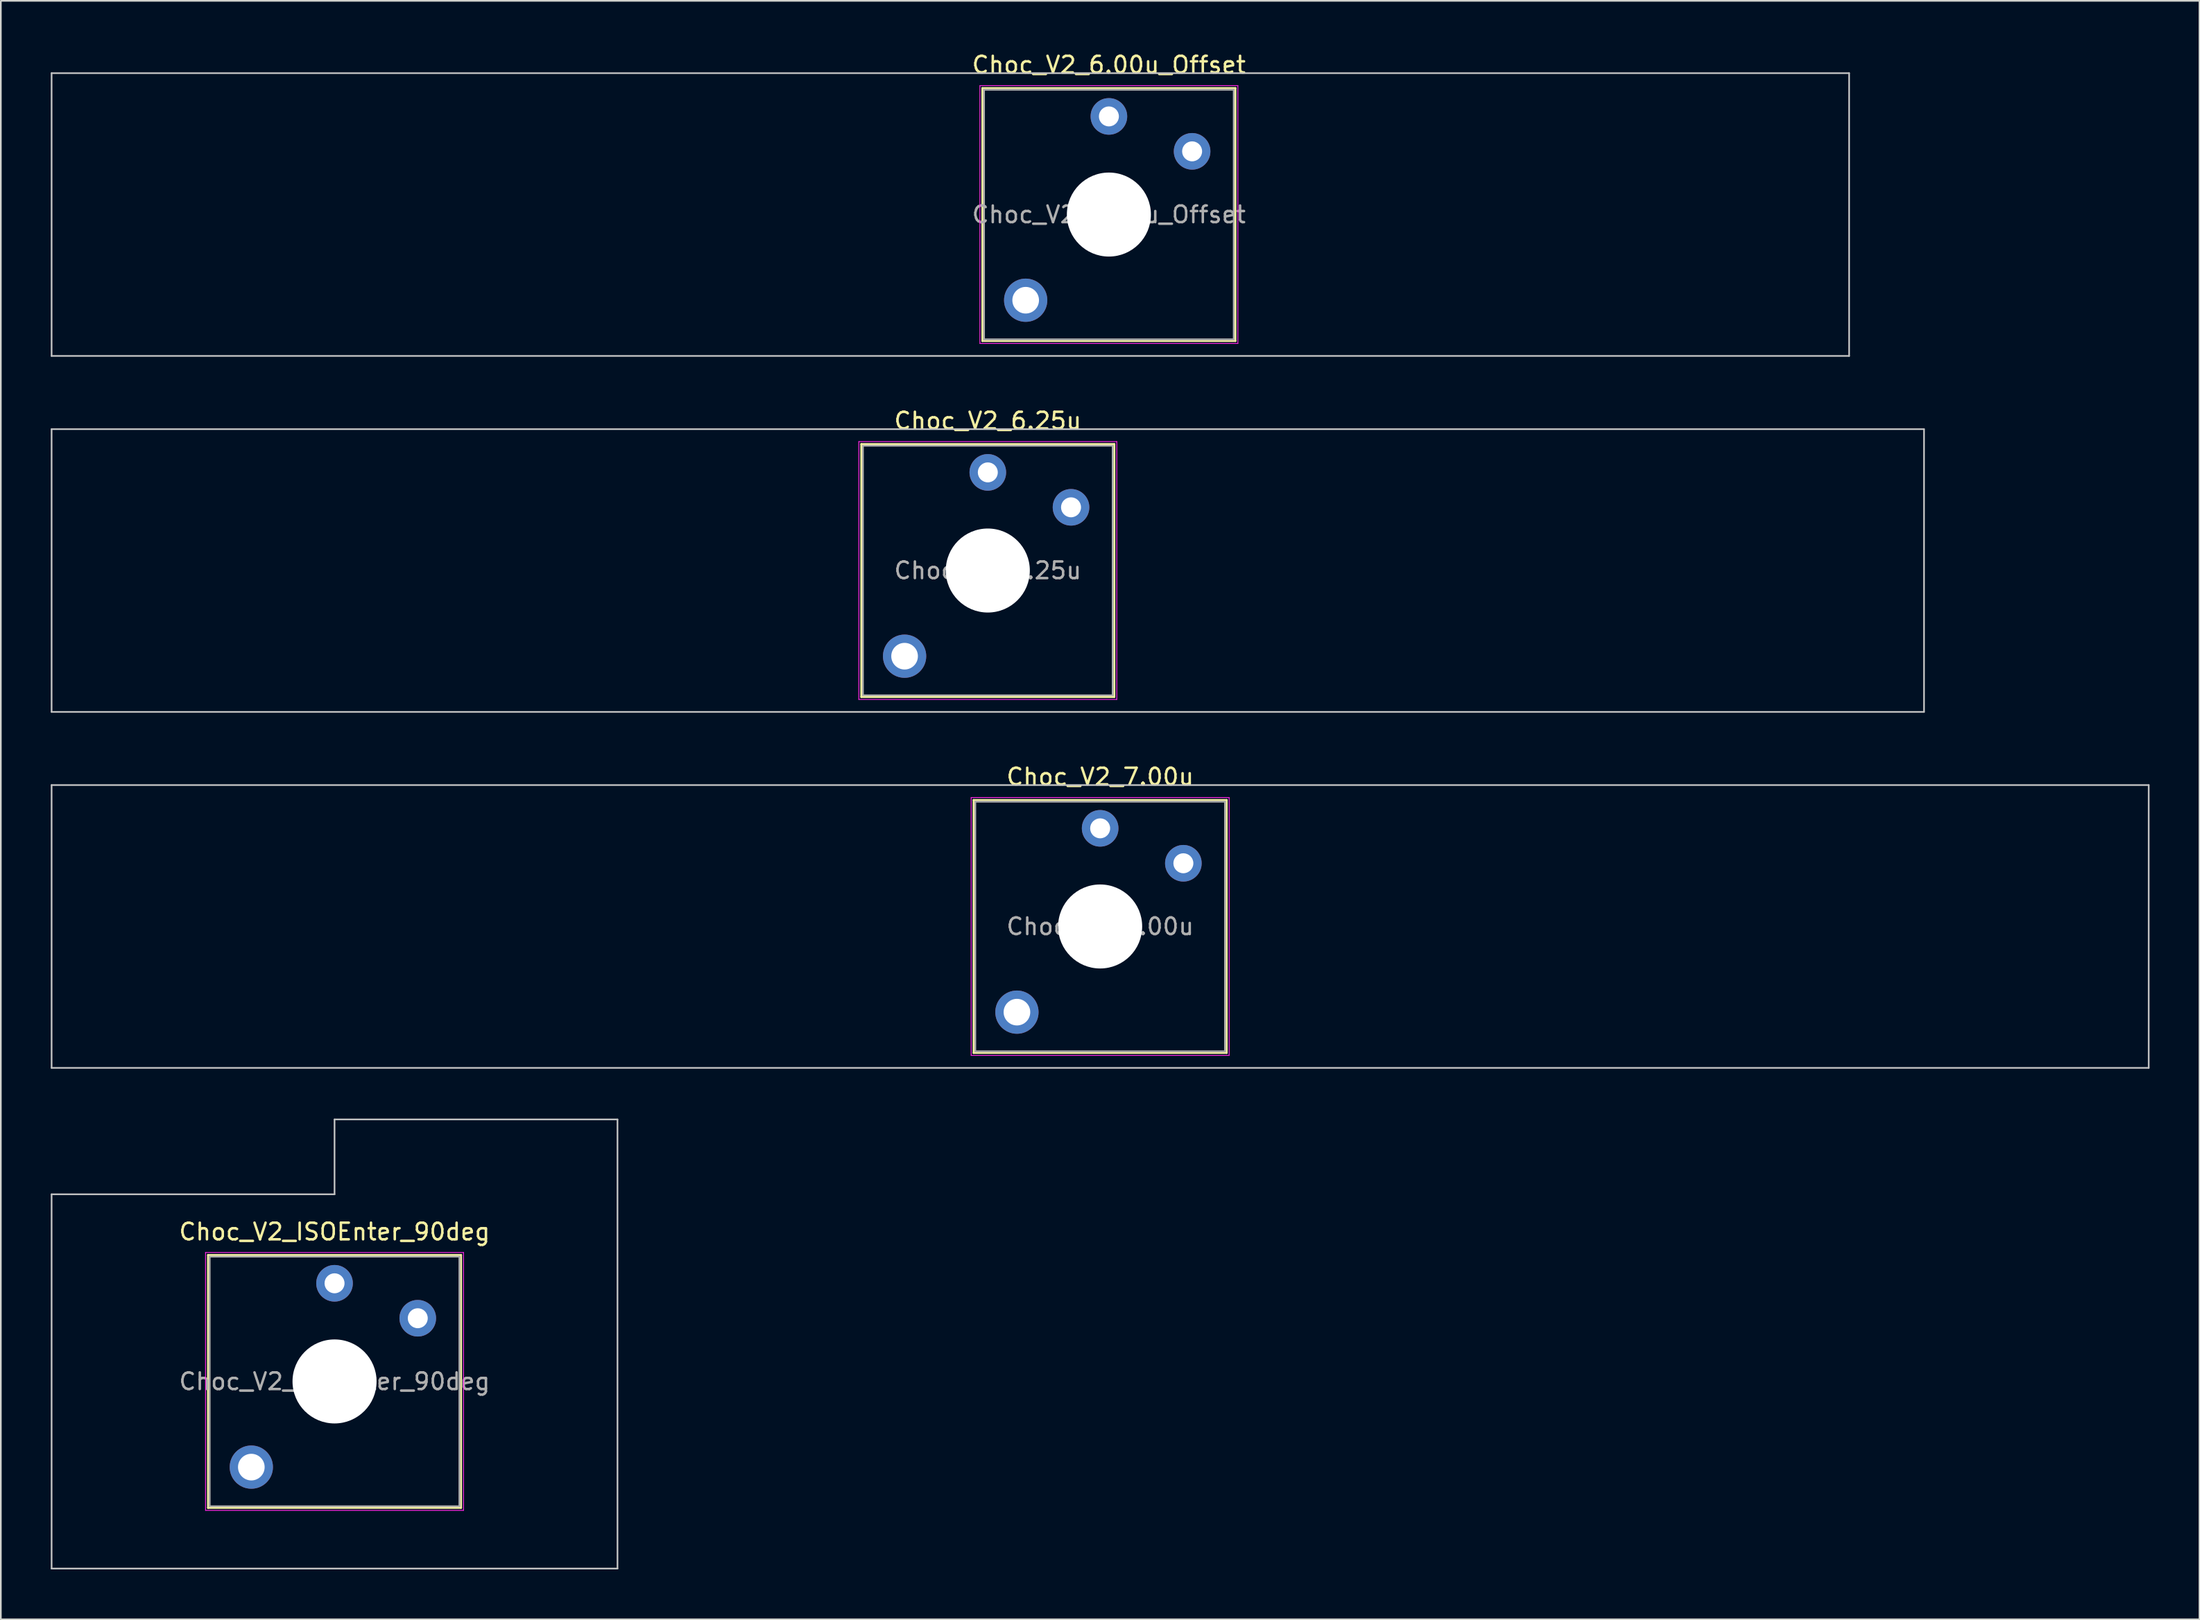
<source format=kicad_pcb>
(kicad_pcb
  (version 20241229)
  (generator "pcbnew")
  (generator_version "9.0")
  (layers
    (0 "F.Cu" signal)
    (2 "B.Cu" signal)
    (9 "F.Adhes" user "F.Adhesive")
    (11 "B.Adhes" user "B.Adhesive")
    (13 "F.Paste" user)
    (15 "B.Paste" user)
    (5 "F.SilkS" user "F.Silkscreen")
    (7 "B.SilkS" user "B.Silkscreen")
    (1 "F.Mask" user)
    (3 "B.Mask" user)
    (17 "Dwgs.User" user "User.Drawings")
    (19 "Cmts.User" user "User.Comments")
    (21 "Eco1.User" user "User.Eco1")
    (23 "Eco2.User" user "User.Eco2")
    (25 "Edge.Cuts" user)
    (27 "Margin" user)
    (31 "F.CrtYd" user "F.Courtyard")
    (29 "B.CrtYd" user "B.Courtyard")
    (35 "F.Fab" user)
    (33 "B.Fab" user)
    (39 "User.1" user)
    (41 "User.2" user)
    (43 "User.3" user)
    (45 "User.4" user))
  (footprint "Choc_V2_ISOEnter_90deg"
    (layer "F.Cu")
    (at 17.05 79.995)
    (property "Reference" "Choc_V2_ISOEnter_90deg" (at 0 -9 0) (layer "F.SilkS") (effects (font (size 1 1) (thickness 0.15))))
    (attr through_hole)
    (fp_line (start -7.6 -7.6) (end -7.6 7.6) (stroke (width 0.12) (type solid)) (layer "F.SilkS"))
    (fp_line (start -7.6 7.6) (end 7.6 7.6) (stroke (width 0.12) (type solid)) (layer "F.SilkS"))
    (fp_line (start 7.6 -7.6) (end -7.6 -7.6) (stroke (width 0.12) (type solid)) (layer "F.SilkS"))
    (fp_line (start 7.6 7.6) (end 7.6 -7.6) (stroke (width 0.12) (type solid)) (layer "F.SilkS"))
    (fp_line (start -17 -11.25) (end -17 11.25) (stroke (width 0.1) (type solid)) (layer "Dwgs.User"))
    (fp_line (start -17 11.25) (end 17 11.25) (stroke (width 0.1) (type solid)) (layer "Dwgs.User"))
    (fp_line (start 0 -15.75) (end 0 -11.25) (stroke (width 0.1) (type solid)) (layer "Dwgs.User"))
    (fp_line (start 0 -11.25) (end -17 -11.25) (stroke (width 0.1) (type solid)) (layer "Dwgs.User"))
    (fp_line (start 17 -15.75) (end 0 -15.75) (stroke (width 0.1) (type solid)) (layer "Dwgs.User"))
    (fp_line (start 17 11.25) (end 17 -15.75) (stroke (width 0.1) (type solid)) (layer "Dwgs.User"))
    (fp_line (start -7.25 -7.25) (end -7.25 7.25) (stroke (width 0.1) (type solid)) (layer "Eco1.User"))
    (fp_line (start -7.25 7.25) (end 7.25 7.25) (stroke (width 0.1) (type solid)) (layer "Eco1.User"))
    (fp_line (start 7.25 -7.25) (end -7.25 -7.25) (stroke (width 0.1) (type solid)) (layer "Eco1.User"))
    (fp_line (start 7.25 7.25) (end 7.25 -7.25) (stroke (width 0.1) (type solid)) (layer "Eco1.User"))
    (fp_line (start -7.75 -7.75) (end -7.75 7.75) (stroke (width 0.05) (type solid)) (layer "F.CrtYd"))
    (fp_line (start -7.75 7.75) (end 7.75 7.75) (stroke (width 0.05) (type solid)) (layer "F.CrtYd"))
    (fp_line (start 7.75 -7.75) (end -7.75 -7.75) (stroke (width 0.05) (type solid)) (layer "F.CrtYd"))
    (fp_line (start 7.75 7.75) (end 7.75 -7.75) (stroke (width 0.05) (type solid)) (layer "F.CrtYd"))
    (fp_line (start -7.5 -7.5) (end -7.5 7.5) (stroke (width 0.1) (type solid)) (layer "F.Fab"))
    (fp_line (start -7.5 7.5) (end 7.5 7.5) (stroke (width 0.1) (type solid)) (layer "F.Fab"))
    (fp_line (start 7.5 -7.5) (end -7.5 -7.5) (stroke (width 0.1) (type solid)) (layer "F.Fab"))
    (fp_line (start 7.5 7.5) (end 7.5 -7.5) (stroke (width 0.1) (type solid)) (layer "F.Fab"))
    (fp_text user "${REFERENCE}" (at 0 0 0) (layer "F.Fab") (effects (font (size 1 1) (thickness 0.15))))
    (pad "" thru_hole circle (at -5 5.15) (size 2.6 2.6) (drill 1.6) (layers "*.Cu" "*.Mask"))
    (pad "" np_thru_hole circle (at 0 0) (size 5.05 5.05) (drill 5.05) (layers "*.Cu" "*.Mask"))
    (pad "1" thru_hole circle (at 0 -5.9) (size 2.2 2.2) (drill 1.2) (layers "*.Cu" "*.Mask"))
    (pad "2" thru_hole circle (at 5 -3.8) (size 2.2 2.2) (drill 1.2) (layers "*.Cu" "*.Mask")))
  (footprint "Choc_V2_6.25u"
    (layer "F.Cu")
    (at 56.3 31.247)
    (property "Reference" "Choc_V2_6.25u" (at 0 -9 0) (layer "F.SilkS") (effects (font (size 1 1) (thickness 0.15))))
    (attr through_hole)
    (fp_line (start -7.6 -7.6) (end -7.6 7.6) (stroke (width 0.12) (type solid)) (layer "F.SilkS"))
    (fp_line (start -7.6 7.6) (end 7.6 7.6) (stroke (width 0.12) (type solid)) (layer "F.SilkS"))
    (fp_line (start 7.6 -7.6) (end -7.6 -7.6) (stroke (width 0.12) (type solid)) (layer "F.SilkS"))
    (fp_line (start 7.6 7.6) (end 7.6 -7.6) (stroke (width 0.12) (type solid)) (layer "F.SilkS"))
    (fp_line (start -56.25 -8.5) (end -56.25 8.5) (stroke (width 0.1) (type solid)) (layer "Dwgs.User"))
    (fp_line (start -56.25 8.5) (end 56.25 8.5) (stroke (width 0.1) (type solid)) (layer "Dwgs.User"))
    (fp_line (start 56.25 -8.5) (end -56.25 -8.5) (stroke (width 0.1) (type solid)) (layer "Dwgs.User"))
    (fp_line (start 56.25 8.5) (end 56.25 -8.5) (stroke (width 0.1) (type solid)) (layer "Dwgs.User"))
    (fp_line (start -7.25 -7.25) (end -7.25 7.25) (stroke (width 0.1) (type solid)) (layer "Eco1.User"))
    (fp_line (start -7.25 7.25) (end 7.25 7.25) (stroke (width 0.1) (type solid)) (layer "Eco1.User"))
    (fp_line (start 7.25 -7.25) (end -7.25 -7.25) (stroke (width 0.1) (type solid)) (layer "Eco1.User"))
    (fp_line (start 7.25 7.25) (end 7.25 -7.25) (stroke (width 0.1) (type solid)) (layer "Eco1.User"))
    (fp_line (start -7.75 -7.75) (end -7.75 7.75) (stroke (width 0.05) (type solid)) (layer "F.CrtYd"))
    (fp_line (start -7.75 7.75) (end 7.75 7.75) (stroke (width 0.05) (type solid)) (layer "F.CrtYd"))
    (fp_line (start 7.75 -7.75) (end -7.75 -7.75) (stroke (width 0.05) (type solid)) (layer "F.CrtYd"))
    (fp_line (start 7.75 7.75) (end 7.75 -7.75) (stroke (width 0.05) (type solid)) (layer "F.CrtYd"))
    (fp_line (start -7.5 -7.5) (end -7.5 7.5) (stroke (width 0.1) (type solid)) (layer "F.Fab"))
    (fp_line (start -7.5 7.5) (end 7.5 7.5) (stroke (width 0.1) (type solid)) (layer "F.Fab"))
    (fp_line (start 7.5 -7.5) (end -7.5 -7.5) (stroke (width 0.1) (type solid)) (layer "F.Fab"))
    (fp_line (start 7.5 7.5) (end 7.5 -7.5) (stroke (width 0.1) (type solid)) (layer "F.Fab"))
    (fp_text user "${REFERENCE}" (at 0 0 0) (layer "F.Fab") (effects (font (size 1 1) (thickness 0.15))))
    (pad "" thru_hole circle (at -5 5.15) (size 2.6 2.6) (drill 1.6) (layers "*.Cu" "*.Mask"))
    (pad "" np_thru_hole circle (at 0 0) (size 5.05 5.05) (drill 5.05) (layers "*.Cu" "*.Mask"))
    (pad "1" thru_hole circle (at 0 -5.9) (size 2.2 2.2) (drill 1.2) (layers "*.Cu" "*.Mask"))
    (pad "2" thru_hole circle (at 5 -3.8) (size 2.2 2.2) (drill 1.2) (layers "*.Cu" "*.Mask")))
  (footprint "Choc_V2_6.00u_Offset"
    (layer "F.Cu")
    (at 63.575 9.848)
    (property "Reference" "Choc_V2_6.00u_Offset" (at 0 -9 0) (layer "F.SilkS") (effects (font (size 1 1) (thickness 0.15))))
    (attr through_hole)
    (fp_line (start -7.6 -7.6) (end -7.6 7.6) (stroke (width 0.12) (type solid)) (layer "F.SilkS"))
    (fp_line (start -7.6 7.6) (end 7.6 7.6) (stroke (width 0.12) (type solid)) (layer "F.SilkS"))
    (fp_line (start 7.6 -7.6) (end -7.6 -7.6) (stroke (width 0.12) (type solid)) (layer "F.SilkS"))
    (fp_line (start 7.6 7.6) (end 7.6 -7.6) (stroke (width 0.12) (type solid)) (layer "F.SilkS"))
    (fp_line (start -63.525 -8.5) (end -63.525 8.5) (stroke (width 0.1) (type solid)) (layer "Dwgs.User"))
    (fp_line (start -63.525 8.5) (end 44.475 8.5) (stroke (width 0.1) (type solid)) (layer "Dwgs.User"))
    (fp_line (start 44.475 -8.5) (end -63.525 -8.5) (stroke (width 0.1) (type solid)) (layer "Dwgs.User"))
    (fp_line (start 44.475 8.5) (end 44.475 -8.5) (stroke (width 0.1) (type solid)) (layer "Dwgs.User"))
    (fp_line (start -7.25 -7.25) (end -7.25 7.25) (stroke (width 0.1) (type solid)) (layer "Eco1.User"))
    (fp_line (start -7.25 7.25) (end 7.25 7.25) (stroke (width 0.1) (type solid)) (layer "Eco1.User"))
    (fp_line (start 7.25 -7.25) (end -7.25 -7.25) (stroke (width 0.1) (type solid)) (layer "Eco1.User"))
    (fp_line (start 7.25 7.25) (end 7.25 -7.25) (stroke (width 0.1) (type solid)) (layer "Eco1.User"))
    (fp_line (start -7.75 -7.75) (end -7.75 7.75) (stroke (width 0.05) (type solid)) (layer "F.CrtYd"))
    (fp_line (start -7.75 7.75) (end 7.75 7.75) (stroke (width 0.05) (type solid)) (layer "F.CrtYd"))
    (fp_line (start 7.75 -7.75) (end -7.75 -7.75) (stroke (width 0.05) (type solid)) (layer "F.CrtYd"))
    (fp_line (start 7.75 7.75) (end 7.75 -7.75) (stroke (width 0.05) (type solid)) (layer "F.CrtYd"))
    (fp_line (start -7.5 -7.5) (end -7.5 7.5) (stroke (width 0.1) (type solid)) (layer "F.Fab"))
    (fp_line (start -7.5 7.5) (end 7.5 7.5) (stroke (width 0.1) (type solid)) (layer "F.Fab"))
    (fp_line (start 7.5 -7.5) (end -7.5 -7.5) (stroke (width 0.1) (type solid)) (layer "F.Fab"))
    (fp_line (start 7.5 7.5) (end 7.5 -7.5) (stroke (width 0.1) (type solid)) (layer "F.Fab"))
    (fp_text user "${REFERENCE}" (at 0 0 0) (layer "F.Fab") (effects (font (size 1 1) (thickness 0.15))))
    (pad "" thru_hole circle (at -5 5.15) (size 2.6 2.6) (drill 1.6) (layers "*.Cu" "*.Mask"))
    (pad "" np_thru_hole circle (at 0 0) (size 5.05 5.05) (drill 5.05) (layers "*.Cu" "*.Mask"))
    (pad "1" thru_hole circle (at 0 -5.9) (size 2.2 2.2) (drill 1.2) (layers "*.Cu" "*.Mask"))
    (pad "2" thru_hole circle (at 5 -3.8) (size 2.2 2.2) (drill 1.2) (layers "*.Cu" "*.Mask")))
  (footprint "Choc_V2_7.00u"
    (layer "F.Cu")
    (at 63.05 52.645)
    (property "Reference" "Choc_V2_7.00u" (at 0 -9 0) (layer "F.SilkS") (effects (font (size 1 1) (thickness 0.15))))
    (attr through_hole)
    (fp_line (start -7.6 -7.6) (end -7.6 7.6) (stroke (width 0.12) (type solid)) (layer "F.SilkS"))
    (fp_line (start -7.6 7.6) (end 7.6 7.6) (stroke (width 0.12) (type solid)) (layer "F.SilkS"))
    (fp_line (start 7.6 -7.6) (end -7.6 -7.6) (stroke (width 0.12) (type solid)) (layer "F.SilkS"))
    (fp_line (start 7.6 7.6) (end 7.6 -7.6) (stroke (width 0.12) (type solid)) (layer "F.SilkS"))
    (fp_line (start -63 -8.5) (end -63 8.5) (stroke (width 0.1) (type solid)) (layer "Dwgs.User"))
    (fp_line (start -63 8.5) (end 63 8.5) (stroke (width 0.1) (type solid)) (layer "Dwgs.User"))
    (fp_line (start 63 -8.5) (end -63 -8.5) (stroke (width 0.1) (type solid)) (layer "Dwgs.User"))
    (fp_line (start 63 8.5) (end 63 -8.5) (stroke (width 0.1) (type solid)) (layer "Dwgs.User"))
    (fp_line (start -7.25 -7.25) (end -7.25 7.25) (stroke (width 0.1) (type solid)) (layer "Eco1.User"))
    (fp_line (start -7.25 7.25) (end 7.25 7.25) (stroke (width 0.1) (type solid)) (layer "Eco1.User"))
    (fp_line (start 7.25 -7.25) (end -7.25 -7.25) (stroke (width 0.1) (type solid)) (layer "Eco1.User"))
    (fp_line (start 7.25 7.25) (end 7.25 -7.25) (stroke (width 0.1) (type solid)) (layer "Eco1.User"))
    (fp_line (start -7.75 -7.75) (end -7.75 7.75) (stroke (width 0.05) (type solid)) (layer "F.CrtYd"))
    (fp_line (start -7.75 7.75) (end 7.75 7.75) (stroke (width 0.05) (type solid)) (layer "F.CrtYd"))
    (fp_line (start 7.75 -7.75) (end -7.75 -7.75) (stroke (width 0.05) (type solid)) (layer "F.CrtYd"))
    (fp_line (start 7.75 7.75) (end 7.75 -7.75) (stroke (width 0.05) (type solid)) (layer "F.CrtYd"))
    (fp_line (start -7.5 -7.5) (end -7.5 7.5) (stroke (width 0.1) (type solid)) (layer "F.Fab"))
    (fp_line (start -7.5 7.5) (end 7.5 7.5) (stroke (width 0.1) (type solid)) (layer "F.Fab"))
    (fp_line (start 7.5 -7.5) (end -7.5 -7.5) (stroke (width 0.1) (type solid)) (layer "F.Fab"))
    (fp_line (start 7.5 7.5) (end 7.5 -7.5) (stroke (width 0.1) (type solid)) (layer "F.Fab"))
    (fp_text user "${REFERENCE}" (at 0 0 0) (layer "F.Fab") (effects (font (size 1 1) (thickness 0.15))))
    (pad "" thru_hole circle (at -5 5.15) (size 2.6 2.6) (drill 1.6) (layers "*.Cu" "*.Mask"))
    (pad "" np_thru_hole circle (at 0 0) (size 5.05 5.05) (drill 5.05) (layers "*.Cu" "*.Mask"))
    (pad "1" thru_hole circle (at 0 -5.9) (size 2.2 2.2) (drill 1.2) (layers "*.Cu" "*.Mask"))
    (pad "2" thru_hole circle (at 5 -3.8) (size 2.2 2.2) (drill 1.2) (layers "*.Cu" "*.Mask")))
  (gr_rect
    (start -3 -3)
    (end 129.1 94.295)
    (stroke (width 0.1) (type default))
    (fill no)
    (layer "Edge.Cuts")))
</source>
